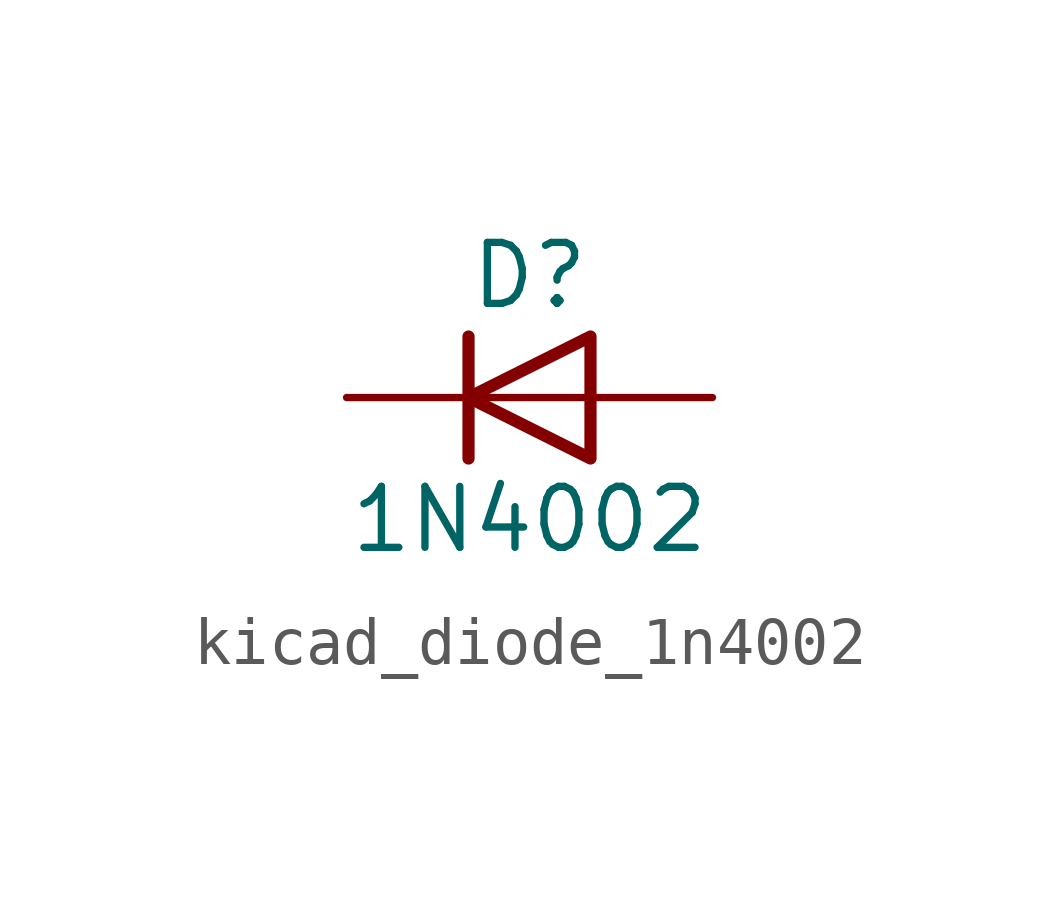
<source format=kicad_sym>
(kicad_symbol_lib
  (version 20220914)
  (generator kicad_symbol_editor)
  (symbol "kicad_diode_1n4002"
    (pin_numbers hide)
    (pin_names hide)
    (property "Reference" "D"
      (at 0 2.54 0)
      (effects (font (size 1.27 1.27))))
    (property "Value" "1N4002"
      (at 0 -2.54 0)
      (effects (font (size 1.27 1.27))))
    (symbol "kicad_diode_1n4002_0_1"
      (polyline (pts (xy -1.27 1.27) (xy -1.27 -1.27)) (stroke (width 0.254) (type default)) (fill (type none)))
      (polyline (pts (xy 1.27 0) (xy -1.27 0)) (stroke (width 0) (type default)) (fill (type none)))
      (polyline (pts (xy 1.27 1.27) (xy 1.27 -1.27) (xy -1.27 0) (xy 1.27 1.27)) (stroke (width 0.254) (type default)) (fill (type none))))
    (symbol "kicad_diode_1n4002_1_1"
      (pin passive line (at -3.81 0 0) (length 2.54) (name "K" (effects (font (size 1.27 1.27)))) (number "1" (effects (font (size 1.27 1.27)))))
      (pin passive line (at 3.81 0 180) (length 2.54) (name "A" (effects (font (size 1.27 1.27)))) (number "2" (effects (font (size 1.27 1.27))))))))
</source>
